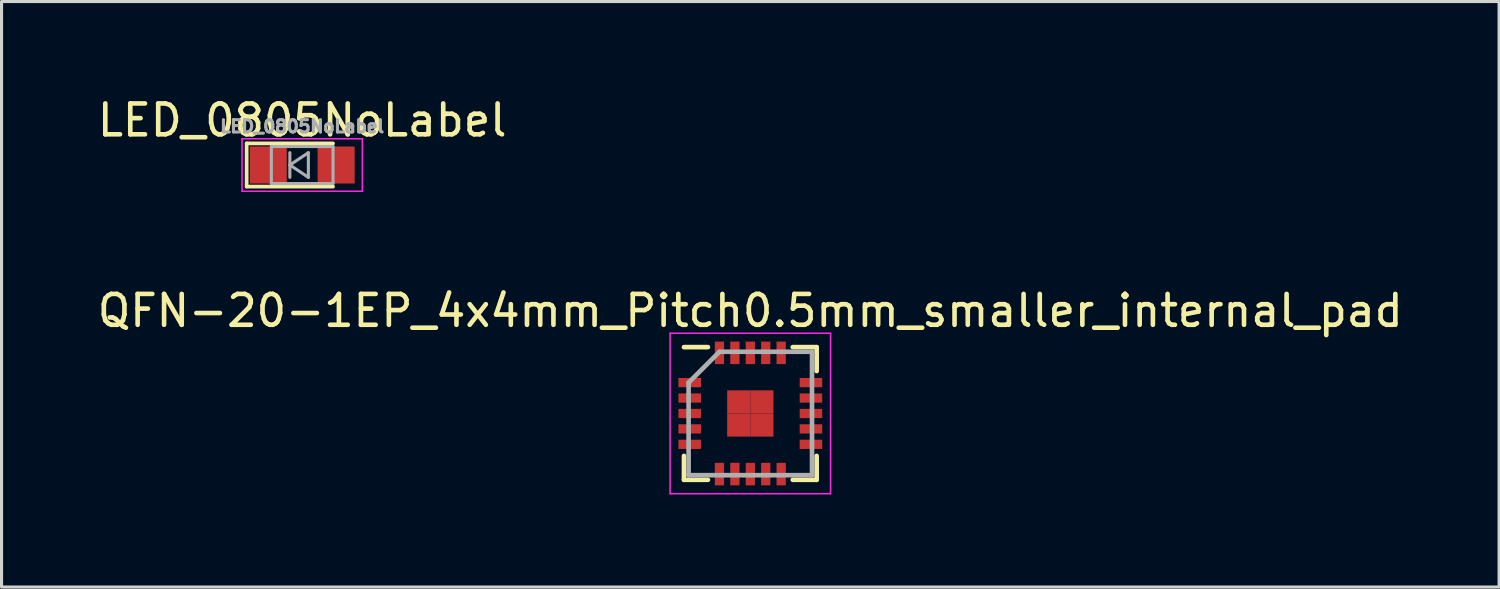
<source format=kicad_pcb>
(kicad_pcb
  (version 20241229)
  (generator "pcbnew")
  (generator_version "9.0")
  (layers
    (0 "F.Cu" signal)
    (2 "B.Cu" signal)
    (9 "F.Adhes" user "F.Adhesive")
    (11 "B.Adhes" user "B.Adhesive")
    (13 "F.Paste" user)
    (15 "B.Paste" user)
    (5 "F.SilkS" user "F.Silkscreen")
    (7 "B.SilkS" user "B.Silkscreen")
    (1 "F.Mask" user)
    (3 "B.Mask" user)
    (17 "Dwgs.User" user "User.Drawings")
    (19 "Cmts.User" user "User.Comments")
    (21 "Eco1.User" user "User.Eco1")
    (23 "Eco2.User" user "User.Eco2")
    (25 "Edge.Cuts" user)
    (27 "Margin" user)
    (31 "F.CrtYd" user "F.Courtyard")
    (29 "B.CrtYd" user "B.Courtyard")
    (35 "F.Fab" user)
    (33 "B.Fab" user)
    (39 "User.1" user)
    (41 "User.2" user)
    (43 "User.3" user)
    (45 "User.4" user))
  (footprint "QFN-20-1EP_4x4mm_Pitch0.5mm_smaller_internal_pad"
    (layer "F.Cu")
    (at 21.268 10.351)
    (property "Reference" "QFN-20-1EP_4x4mm_Pitch0.5mm_smaller_internal_pad" (at 0 -3.33 0) (layer "F.SilkS") (effects (font (size 1 1) (thickness 0.15))))
    (attr smd)
    (fp_line (start -2.15 -2.15) (end -1.375 -2.15) (stroke (width 0.15) (type solid)) (layer "F.SilkS"))
    (fp_line (start -2.15 2.15) (end -2.15 1.375) (stroke (width 0.15) (type solid)) (layer "F.SilkS"))
    (fp_line (start -2.15 2.15) (end -1.375 2.15) (stroke (width 0.15) (type solid)) (layer "F.SilkS"))
    (fp_line (start 2.15 -2.15) (end 1.375 -2.15) (stroke (width 0.15) (type solid)) (layer "F.SilkS"))
    (fp_line (start 2.15 -2.15) (end 2.15 -1.375) (stroke (width 0.15) (type solid)) (layer "F.SilkS"))
    (fp_line (start 2.15 2.15) (end 1.375 2.15) (stroke (width 0.15) (type solid)) (layer "F.SilkS"))
    (fp_line (start 2.15 2.15) (end 2.15 1.375) (stroke (width 0.15) (type solid)) (layer "F.SilkS"))
    (fp_line (start -2.6 -2.6) (end -2.6 2.6) (stroke (width 0.05) (type solid)) (layer "F.CrtYd"))
    (fp_line (start -2.6 -2.6) (end 2.6 -2.6) (stroke (width 0.05) (type solid)) (layer "F.CrtYd"))
    (fp_line (start -2.6 2.6) (end 2.6 2.6) (stroke (width 0.05) (type solid)) (layer "F.CrtYd"))
    (fp_line (start 2.6 -2.6) (end 2.6 2.6) (stroke (width 0.05) (type solid)) (layer "F.CrtYd"))
    (fp_line (start -2 -1) (end -1 -2) (stroke (width 0.15) (type solid)) (layer "F.Fab"))
    (fp_line (start -2 2) (end -2 -1) (stroke (width 0.15) (type solid)) (layer "F.Fab"))
    (fp_line (start -1 -2) (end 2 -2) (stroke (width 0.15) (type solid)) (layer "F.Fab"))
    (fp_line (start 2 -2) (end 2 2) (stroke (width 0.15) (type solid)) (layer "F.Fab"))
    (fp_line (start 2 2) (end -2 2) (stroke (width 0.15) (type solid)) (layer "F.Fab"))
    (pad "1" smd rect (at -1.965 -1) (size 0.73 0.3) (layers "F.Cu" "F.Mask" "F.Paste"))
    (pad "2" smd rect (at -1.965 -0.5) (size 0.73 0.3) (layers "F.Cu" "F.Mask" "F.Paste"))
    (pad "3" smd rect (at -1.965 0) (size 0.73 0.3) (layers "F.Cu" "F.Mask" "F.Paste"))
    (pad "4" smd rect (at -1.965 0.5) (size 0.73 0.3) (layers "F.Cu" "F.Mask" "F.Paste"))
    (pad "5" smd rect (at -1.965 1) (size 0.73 0.3) (layers "F.Cu" "F.Mask" "F.Paste"))
    (pad "6" smd rect (at -1 1.965 90) (size 0.73 0.3) (layers "F.Cu" "F.Mask" "F.Paste"))
    (pad "7" smd rect (at -0.5 1.965 90) (size 0.73 0.3) (layers "F.Cu" "F.Mask" "F.Paste"))
    (pad "8" smd rect (at 0 1.965 90) (size 0.73 0.3) (layers "F.Cu" "F.Mask" "F.Paste"))
    (pad "9" smd rect (at 0.5 1.965 90) (size 0.73 0.3) (layers "F.Cu" "F.Mask" "F.Paste"))
    (pad "10" smd rect (at 1 1.965 90) (size 0.73 0.3) (layers "F.Cu" "F.Mask" "F.Paste"))
    (pad "11" smd rect (at 1.965 1) (size 0.73 0.3) (layers "F.Cu" "F.Mask" "F.Paste"))
    (pad "12" smd rect (at 1.965 0.5) (size 0.73 0.3) (layers "F.Cu" "F.Mask" "F.Paste"))
    (pad "13" smd rect (at 1.965 0) (size 0.73 0.3) (layers "F.Cu" "F.Mask" "F.Paste"))
    (pad "14" smd rect (at 1.965 -0.5) (size 0.73 0.3) (layers "F.Cu" "F.Mask" "F.Paste"))
    (pad "15" smd rect (at 1.965 -1) (size 0.73 0.3) (layers "F.Cu" "F.Mask" "F.Paste"))
    (pad "16" smd rect (at 1 -1.965 90) (size 0.73 0.3) (layers "F.Cu" "F.Mask" "F.Paste"))
    (pad "17" smd rect (at 0.5 -1.965 90) (size 0.73 0.3) (layers "F.Cu" "F.Mask" "F.Paste"))
    (pad "18" smd rect (at 0 -1.965 90) (size 0.73 0.3) (layers "F.Cu" "F.Mask" "F.Paste"))
    (pad "19" smd rect (at -0.5 -1.965 90) (size 0.73 0.3) (layers "F.Cu" "F.Mask" "F.Paste"))
    (pad "20" smd rect (at -1 -1.965 90) (size 0.73 0.3) (layers "F.Cu" "F.Mask" "F.Paste"))
    (pad "21" smd rect (at -0.375 -0.375) (size 0.75 0.75) (layers "F.Cu" "F.Mask" "F.Paste"))
    (pad "21" smd rect (at -0.375 0.375) (size 0.75 0.75) (layers "F.Cu" "F.Mask" "F.Paste"))
    (pad "21" smd rect (at 0.375 -0.375) (size 0.75 0.75) (layers "F.Cu" "F.Mask" "F.Paste"))
    (pad "21" smd rect (at 0.375 0.375) (size 0.75 0.75) (layers "F.Cu" "F.Mask" "F.Paste")))
  (footprint "LED_0805NoLabel"
    (layer "F.Cu")
    (at 6.744 2.298)
    (property "Reference" "LED_0805NoLabel" (at 0 -1.45 0) (layer "F.SilkS") (effects (font (size 1 1) (thickness 0.15))))
    (attr smd)
    (fp_line (start -1.8 -0.7) (end -1.8 0.7) (stroke (width 0.12) (type solid)) (layer "F.SilkS"))
    (fp_line (start -1.8 -0.7) (end 1 -0.7) (stroke (width 0.12) (type solid)) (layer "F.SilkS"))
    (fp_line (start -1.8 0.7) (end 1 0.7) (stroke (width 0.12) (type solid)) (layer "F.SilkS"))
    (fp_line (start -1.95 -0.85) (end 1.95 -0.85) (stroke (width 0.05) (type solid)) (layer "F.CrtYd"))
    (fp_line (start -1.95 0.85) (end -1.95 -0.85) (stroke (width 0.05) (type solid)) (layer "F.CrtYd"))
    (fp_line (start 1.95 -0.85) (end 1.95 0.85) (stroke (width 0.05) (type solid)) (layer "F.CrtYd"))
    (fp_line (start 1.95 0.85) (end -1.95 0.85) (stroke (width 0.05) (type solid)) (layer "F.CrtYd"))
    (fp_line (start -1 -0.6) (end 1 -0.6) (stroke (width 0.1) (type solid)) (layer "F.Fab"))
    (fp_line (start -1 0.6) (end -1 -0.6) (stroke (width 0.1) (type solid)) (layer "F.Fab"))
    (fp_line (start -0.4 -0.4) (end -0.4 0.4) (stroke (width 0.1) (type solid)) (layer "F.Fab"))
    (fp_line (start -0.4 0) (end 0.2 -0.4) (stroke (width 0.1) (type solid)) (layer "F.Fab"))
    (fp_line (start 0.2 -0.4) (end 0.2 0.4) (stroke (width 0.1) (type solid)) (layer "F.Fab"))
    (fp_line (start 0.2 0.4) (end -0.4 0) (stroke (width 0.1) (type solid)) (layer "F.Fab"))
    (fp_line (start 1 -0.6) (end 1 0.6) (stroke (width 0.1) (type solid)) (layer "F.Fab"))
    (fp_line (start 1 0.6) (end -1 0.6) (stroke (width 0.1) (type solid)) (layer "F.Fab"))
    (fp_text user "${REFERENCE}" (at 0 -1.25 0) (layer "F.Fab") (effects (font (size 0.4 0.4) (thickness 0.1))))
    (pad "1" smd rect (at -1.1 0 180) (size 1.2 1.2) (layers "F.Cu" "F.Mask" "F.Paste"))
    (pad "2" smd rect (at 1.1 0 180) (size 1.2 1.2) (layers "F.Cu" "F.Mask" "F.Paste")))
  (gr_rect
    (start -3 -3)
    (end 45.536 15.976)
    (stroke (width 0.1) (type default))
    (fill no)
    (layer "Edge.Cuts")))
</source>
